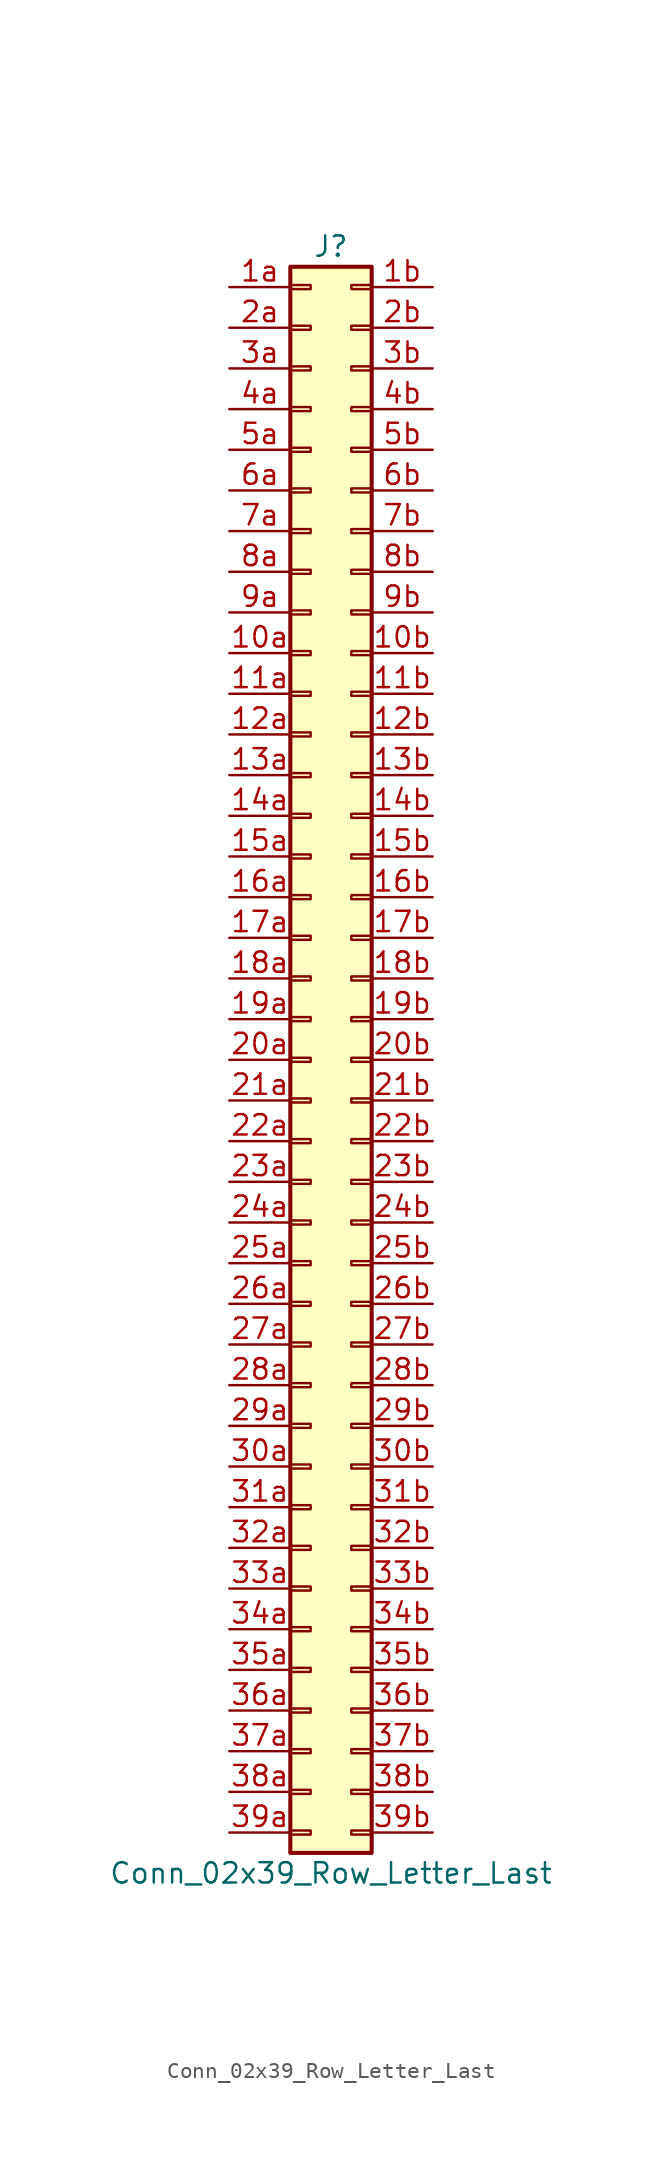
<source format=kicad_sym>
(kicad_symbol_lib
  (version 20220914)
  (generator kicad_symbol_editor)
  (symbol "Conn_02x39_Row_Letter_Last"
    (pin_names
      (offset 1.016) hide)
    (property "Reference" "J"
      (at 1.27 50.8 0)
      (effects (font (size 1.27 1.27))))
    (property "Value" "Conn_02x39_Row_Letter_Last"
      (at 1.27 -50.8 0)
      (effects (font (size 1.27 1.27))))
    (symbol "Conn_02x39_Row_Letter_Last_1_1"
      (rectangle (start -1.27 -48.133) (end 0 -48.387) (stroke (width 0.152) (type solid)) (fill (type none)))
      (rectangle (start -1.27 -45.593) (end 0 -45.847) (stroke (width 0.152) (type solid)) (fill (type none)))
      (rectangle (start -1.27 -43.053) (end 0 -43.307) (stroke (width 0.152) (type solid)) (fill (type none)))
      (rectangle (start -1.27 -40.513) (end 0 -40.767) (stroke (width 0.152) (type solid)) (fill (type none)))
      (rectangle (start -1.27 -37.973) (end 0 -38.227) (stroke (width 0.152) (type solid)) (fill (type none)))
      (rectangle (start -1.27 -35.433) (end 0 -35.687) (stroke (width 0.152) (type solid)) (fill (type none)))
      (rectangle (start -1.27 -32.893) (end 0 -33.147) (stroke (width 0.152) (type solid)) (fill (type none)))
      (rectangle (start -1.27 -30.353) (end 0 -30.607) (stroke (width 0.152) (type solid)) (fill (type none)))
      (rectangle (start -1.27 -27.813) (end 0 -28.067) (stroke (width 0.152) (type solid)) (fill (type none)))
      (rectangle (start -1.27 -25.273) (end 0 -25.527) (stroke (width 0.152) (type solid)) (fill (type none)))
      (rectangle (start -1.27 -22.733) (end 0 -22.987) (stroke (width 0.152) (type solid)) (fill (type none)))
      (rectangle (start -1.27 -20.193) (end 0 -20.447) (stroke (width 0.152) (type solid)) (fill (type none)))
      (rectangle (start -1.27 -17.653) (end 0 -17.907) (stroke (width 0.152) (type solid)) (fill (type none)))
      (rectangle (start -1.27 -15.113) (end 0 -15.367) (stroke (width 0.152) (type solid)) (fill (type none)))
      (rectangle (start -1.27 -12.573) (end 0 -12.827) (stroke (width 0.152) (type solid)) (fill (type none)))
      (rectangle (start -1.27 -10.033) (end 0 -10.287) (stroke (width 0.152) (type solid)) (fill (type none)))
      (rectangle (start -1.27 -7.493) (end 0 -7.747) (stroke (width 0.152) (type solid)) (fill (type none)))
      (rectangle (start -1.27 -4.953) (end 0 -5.207) (stroke (width 0.152) (type solid)) (fill (type none)))
      (rectangle (start -1.27 -2.413) (end 0 -2.667) (stroke (width 0.152) (type solid)) (fill (type none)))
      (rectangle (start -1.27 0.127) (end 0 -0.127) (stroke (width 0.152) (type solid)) (fill (type none)))
      (rectangle (start -1.27 2.667) (end 0 2.413) (stroke (width 0.152) (type solid)) (fill (type none)))
      (rectangle (start -1.27 5.207) (end 0 4.953) (stroke (width 0.152) (type solid)) (fill (type none)))
      (rectangle (start -1.27 7.747) (end 0 7.493) (stroke (width 0.152) (type solid)) (fill (type none)))
      (rectangle (start -1.27 10.287) (end 0 10.033) (stroke (width 0.152) (type solid)) (fill (type none)))
      (rectangle (start -1.27 12.827) (end 0 12.573) (stroke (width 0.152) (type solid)) (fill (type none)))
      (rectangle (start -1.27 15.367) (end 0 15.113) (stroke (width 0.152) (type solid)) (fill (type none)))
      (rectangle (start -1.27 17.907) (end 0 17.653) (stroke (width 0.152) (type solid)) (fill (type none)))
      (rectangle (start -1.27 20.447) (end 0 20.193) (stroke (width 0.152) (type solid)) (fill (type none)))
      (rectangle (start -1.27 22.987) (end 0 22.733) (stroke (width 0.152) (type solid)) (fill (type none)))
      (rectangle (start -1.27 25.527) (end 0 25.273) (stroke (width 0.152) (type solid)) (fill (type none)))
      (rectangle (start -1.27 28.067) (end 0 27.813) (stroke (width 0.152) (type solid)) (fill (type none)))
      (rectangle (start -1.27 30.607) (end 0 30.353) (stroke (width 0.152) (type solid)) (fill (type none)))
      (rectangle (start -1.27 33.147) (end 0 32.893) (stroke (width 0.152) (type solid)) (fill (type none)))
      (rectangle (start -1.27 35.687) (end 0 35.433) (stroke (width 0.152) (type solid)) (fill (type none)))
      (rectangle (start -1.27 38.227) (end 0 37.973) (stroke (width 0.152) (type solid)) (fill (type none)))
      (rectangle (start -1.27 40.767) (end 0 40.513) (stroke (width 0.152) (type solid)) (fill (type none)))
      (rectangle (start -1.27 43.307) (end 0 43.053) (stroke (width 0.152) (type solid)) (fill (type none)))
      (rectangle (start -1.27 45.847) (end 0 45.593) (stroke (width 0.152) (type solid)) (fill (type none)))
      (rectangle (start -1.27 48.387) (end 0 48.133) (stroke (width 0.152) (type solid)) (fill (type none)))
      (rectangle (start -1.27 49.53) (end 3.81 -49.53) (stroke (width 0.254) (type solid)) (fill (type background)))
      (rectangle (start 3.81 -48.133) (end 2.54 -48.387) (stroke (width 0.152) (type solid)) (fill (type none)))
      (rectangle (start 3.81 -45.593) (end 2.54 -45.847) (stroke (width 0.152) (type solid)) (fill (type none)))
      (rectangle (start 3.81 -43.053) (end 2.54 -43.307) (stroke (width 0.152) (type solid)) (fill (type none)))
      (rectangle (start 3.81 -40.513) (end 2.54 -40.767) (stroke (width 0.152) (type solid)) (fill (type none)))
      (rectangle (start 3.81 -37.973) (end 2.54 -38.227) (stroke (width 0.152) (type solid)) (fill (type none)))
      (rectangle (start 3.81 -35.433) (end 2.54 -35.687) (stroke (width 0.152) (type solid)) (fill (type none)))
      (rectangle (start 3.81 -32.893) (end 2.54 -33.147) (stroke (width 0.152) (type solid)) (fill (type none)))
      (rectangle (start 3.81 -30.353) (end 2.54 -30.607) (stroke (width 0.152) (type solid)) (fill (type none)))
      (rectangle (start 3.81 -27.813) (end 2.54 -28.067) (stroke (width 0.152) (type solid)) (fill (type none)))
      (rectangle (start 3.81 -25.273) (end 2.54 -25.527) (stroke (width 0.152) (type solid)) (fill (type none)))
      (rectangle (start 3.81 -22.733) (end 2.54 -22.987) (stroke (width 0.152) (type solid)) (fill (type none)))
      (rectangle (start 3.81 -20.193) (end 2.54 -20.447) (stroke (width 0.152) (type solid)) (fill (type none)))
      (rectangle (start 3.81 -17.653) (end 2.54 -17.907) (stroke (width 0.152) (type solid)) (fill (type none)))
      (rectangle (start 3.81 -15.113) (end 2.54 -15.367) (stroke (width 0.152) (type solid)) (fill (type none)))
      (rectangle (start 3.81 -12.573) (end 2.54 -12.827) (stroke (width 0.152) (type solid)) (fill (type none)))
      (rectangle (start 3.81 -10.033) (end 2.54 -10.287) (stroke (width 0.152) (type solid)) (fill (type none)))
      (rectangle (start 3.81 -7.493) (end 2.54 -7.747) (stroke (width 0.152) (type solid)) (fill (type none)))
      (rectangle (start 3.81 -4.953) (end 2.54 -5.207) (stroke (width 0.152) (type solid)) (fill (type none)))
      (rectangle (start 3.81 -2.413) (end 2.54 -2.667) (stroke (width 0.152) (type solid)) (fill (type none)))
      (rectangle (start 3.81 0.127) (end 2.54 -0.127) (stroke (width 0.152) (type solid)) (fill (type none)))
      (rectangle (start 3.81 2.667) (end 2.54 2.413) (stroke (width 0.152) (type solid)) (fill (type none)))
      (rectangle (start 3.81 5.207) (end 2.54 4.953) (stroke (width 0.152) (type solid)) (fill (type none)))
      (rectangle (start 3.81 7.747) (end 2.54 7.493) (stroke (width 0.152) (type solid)) (fill (type none)))
      (rectangle (start 3.81 10.287) (end 2.54 10.033) (stroke (width 0.152) (type solid)) (fill (type none)))
      (rectangle (start 3.81 12.827) (end 2.54 12.573) (stroke (width 0.152) (type solid)) (fill (type none)))
      (rectangle (start 3.81 15.367) (end 2.54 15.113) (stroke (width 0.152) (type solid)) (fill (type none)))
      (rectangle (start 3.81 17.907) (end 2.54 17.653) (stroke (width 0.152) (type solid)) (fill (type none)))
      (rectangle (start 3.81 20.447) (end 2.54 20.193) (stroke (width 0.152) (type solid)) (fill (type none)))
      (rectangle (start 3.81 22.987) (end 2.54 22.733) (stroke (width 0.152) (type solid)) (fill (type none)))
      (rectangle (start 3.81 25.527) (end 2.54 25.273) (stroke (width 0.152) (type solid)) (fill (type none)))
      (rectangle (start 3.81 28.067) (end 2.54 27.813) (stroke (width 0.152) (type solid)) (fill (type none)))
      (rectangle (start 3.81 30.607) (end 2.54 30.353) (stroke (width 0.152) (type solid)) (fill (type none)))
      (rectangle (start 3.81 33.147) (end 2.54 32.893) (stroke (width 0.152) (type solid)) (fill (type none)))
      (rectangle (start 3.81 35.687) (end 2.54 35.433) (stroke (width 0.152) (type solid)) (fill (type none)))
      (rectangle (start 3.81 38.227) (end 2.54 37.973) (stroke (width 0.152) (type solid)) (fill (type none)))
      (rectangle (start 3.81 40.767) (end 2.54 40.513) (stroke (width 0.152) (type solid)) (fill (type none)))
      (rectangle (start 3.81 43.307) (end 2.54 43.053) (stroke (width 0.152) (type solid)) (fill (type none)))
      (rectangle (start 3.81 45.847) (end 2.54 45.593) (stroke (width 0.152) (type solid)) (fill (type none)))
      (rectangle (start 3.81 48.387) (end 2.54 48.133) (stroke (width 0.152) (type solid)) (fill (type none)))
      (pin passive line (at -5.08 25.4 0) (length 3.81) (name "Pin_10a" (effects (font (size 1.27 1.27)))) (number "10a" (effects (font (size 1.27 1.27)))))
      (pin passive line (at 7.62 25.4 180) (length 3.81) (name "Pin_10b" (effects (font (size 1.27 1.27)))) (number "10b" (effects (font (size 1.27 1.27)))))
      (pin passive line (at -5.08 22.86 0) (length 3.81) (name "Pin_11a" (effects (font (size 1.27 1.27)))) (number "11a" (effects (font (size 1.27 1.27)))))
      (pin passive line (at 7.62 22.86 180) (length 3.81) (name "Pin_11b" (effects (font (size 1.27 1.27)))) (number "11b" (effects (font (size 1.27 1.27)))))
      (pin passive line (at -5.08 20.32 0) (length 3.81) (name "Pin_12a" (effects (font (size 1.27 1.27)))) (number "12a" (effects (font (size 1.27 1.27)))))
      (pin passive line (at 7.62 20.32 180) (length 3.81) (name "Pin_12b" (effects (font (size 1.27 1.27)))) (number "12b" (effects (font (size 1.27 1.27)))))
      (pin passive line (at -5.08 17.78 0) (length 3.81) (name "Pin_13a" (effects (font (size 1.27 1.27)))) (number "13a" (effects (font (size 1.27 1.27)))))
      (pin passive line (at 7.62 17.78 180) (length 3.81) (name "Pin_13b" (effects (font (size 1.27 1.27)))) (number "13b" (effects (font (size 1.27 1.27)))))
      (pin passive line (at -5.08 15.24 0) (length 3.81) (name "Pin_14a" (effects (font (size 1.27 1.27)))) (number "14a" (effects (font (size 1.27 1.27)))))
      (pin passive line (at 7.62 15.24 180) (length 3.81) (name "Pin_14b" (effects (font (size 1.27 1.27)))) (number "14b" (effects (font (size 1.27 1.27)))))
      (pin passive line (at -5.08 12.7 0) (length 3.81) (name "Pin_15a" (effects (font (size 1.27 1.27)))) (number "15a" (effects (font (size 1.27 1.27)))))
      (pin passive line (at 7.62 12.7 180) (length 3.81) (name "Pin_15b" (effects (font (size 1.27 1.27)))) (number "15b" (effects (font (size 1.27 1.27)))))
      (pin passive line (at -5.08 10.16 0) (length 3.81) (name "Pin_16a" (effects (font (size 1.27 1.27)))) (number "16a" (effects (font (size 1.27 1.27)))))
      (pin passive line (at 7.62 10.16 180) (length 3.81) (name "Pin_16b" (effects (font (size 1.27 1.27)))) (number "16b" (effects (font (size 1.27 1.27)))))
      (pin passive line (at -5.08 7.62 0) (length 3.81) (name "Pin_17a" (effects (font (size 1.27 1.27)))) (number "17a" (effects (font (size 1.27 1.27)))))
      (pin passive line (at 7.62 7.62 180) (length 3.81) (name "Pin_17b" (effects (font (size 1.27 1.27)))) (number "17b" (effects (font (size 1.27 1.27)))))
      (pin passive line (at -5.08 5.08 0) (length 3.81) (name "Pin_18a" (effects (font (size 1.27 1.27)))) (number "18a" (effects (font (size 1.27 1.27)))))
      (pin passive line (at 7.62 5.08 180) (length 3.81) (name "Pin_18b" (effects (font (size 1.27 1.27)))) (number "18b" (effects (font (size 1.27 1.27)))))
      (pin passive line (at -5.08 2.54 0) (length 3.81) (name "Pin_19a" (effects (font (size 1.27 1.27)))) (number "19a" (effects (font (size 1.27 1.27)))))
      (pin passive line (at 7.62 2.54 180) (length 3.81) (name "Pin_19b" (effects (font (size 1.27 1.27)))) (number "19b" (effects (font (size 1.27 1.27)))))
      (pin passive line (at -5.08 48.26 0) (length 3.81) (name "Pin_1a" (effects (font (size 1.27 1.27)))) (number "1a" (effects (font (size 1.27 1.27)))))
      (pin passive line (at 7.62 48.26 180) (length 3.81) (name "Pin_1b" (effects (font (size 1.27 1.27)))) (number "1b" (effects (font (size 1.27 1.27)))))
      (pin passive line (at -5.08 0 0) (length 3.81) (name "Pin_20a" (effects (font (size 1.27 1.27)))) (number "20a" (effects (font (size 1.27 1.27)))))
      (pin passive line (at 7.62 0 180) (length 3.81) (name "Pin_20b" (effects (font (size 1.27 1.27)))) (number "20b" (effects (font (size 1.27 1.27)))))
      (pin passive line (at -5.08 -2.54 0) (length 3.81) (name "Pin_21a" (effects (font (size 1.27 1.27)))) (number "21a" (effects (font (size 1.27 1.27)))))
      (pin passive line (at 7.62 -2.54 180) (length 3.81) (name "Pin_21b" (effects (font (size 1.27 1.27)))) (number "21b" (effects (font (size 1.27 1.27)))))
      (pin passive line (at -5.08 -5.08 0) (length 3.81) (name "Pin_22a" (effects (font (size 1.27 1.27)))) (number "22a" (effects (font (size 1.27 1.27)))))
      (pin passive line (at 7.62 -5.08 180) (length 3.81) (name "Pin_22b" (effects (font (size 1.27 1.27)))) (number "22b" (effects (font (size 1.27 1.27)))))
      (pin passive line (at -5.08 -7.62 0) (length 3.81) (name "Pin_23a" (effects (font (size 1.27 1.27)))) (number "23a" (effects (font (size 1.27 1.27)))))
      (pin passive line (at 7.62 -7.62 180) (length 3.81) (name "Pin_23b" (effects (font (size 1.27 1.27)))) (number "23b" (effects (font (size 1.27 1.27)))))
      (pin passive line (at -5.08 -10.16 0) (length 3.81) (name "Pin_24a" (effects (font (size 1.27 1.27)))) (number "24a" (effects (font (size 1.27 1.27)))))
      (pin passive line (at 7.62 -10.16 180) (length 3.81) (name "Pin_24b" (effects (font (size 1.27 1.27)))) (number "24b" (effects (font (size 1.27 1.27)))))
      (pin passive line (at -5.08 -12.7 0) (length 3.81) (name "Pin_25a" (effects (font (size 1.27 1.27)))) (number "25a" (effects (font (size 1.27 1.27)))))
      (pin passive line (at 7.62 -12.7 180) (length 3.81) (name "Pin_25b" (effects (font (size 1.27 1.27)))) (number "25b" (effects (font (size 1.27 1.27)))))
      (pin passive line (at -5.08 -15.24 0) (length 3.81) (name "Pin_26a" (effects (font (size 1.27 1.27)))) (number "26a" (effects (font (size 1.27 1.27)))))
      (pin passive line (at 7.62 -15.24 180) (length 3.81) (name "Pin_26b" (effects (font (size 1.27 1.27)))) (number "26b" (effects (font (size 1.27 1.27)))))
      (pin passive line (at -5.08 -17.78 0) (length 3.81) (name "Pin_27a" (effects (font (size 1.27 1.27)))) (number "27a" (effects (font (size 1.27 1.27)))))
      (pin passive line (at 7.62 -17.78 180) (length 3.81) (name "Pin_27b" (effects (font (size 1.27 1.27)))) (number "27b" (effects (font (size 1.27 1.27)))))
      (pin passive line (at -5.08 -20.32 0) (length 3.81) (name "Pin_28a" (effects (font (size 1.27 1.27)))) (number "28a" (effects (font (size 1.27 1.27)))))
      (pin passive line (at 7.62 -20.32 180) (length 3.81) (name "Pin_28b" (effects (font (size 1.27 1.27)))) (number "28b" (effects (font (size 1.27 1.27)))))
      (pin passive line (at -5.08 -22.86 0) (length 3.81) (name "Pin_29a" (effects (font (size 1.27 1.27)))) (number "29a" (effects (font (size 1.27 1.27)))))
      (pin passive line (at 7.62 -22.86 180) (length 3.81) (name "Pin_29b" (effects (font (size 1.27 1.27)))) (number "29b" (effects (font (size 1.27 1.27)))))
      (pin passive line (at -5.08 45.72 0) (length 3.81) (name "Pin_2a" (effects (font (size 1.27 1.27)))) (number "2a" (effects (font (size 1.27 1.27)))))
      (pin passive line (at 7.62 45.72 180) (length 3.81) (name "Pin_2b" (effects (font (size 1.27 1.27)))) (number "2b" (effects (font (size 1.27 1.27)))))
      (pin passive line (at -5.08 -25.4 0) (length 3.81) (name "Pin_30a" (effects (font (size 1.27 1.27)))) (number "30a" (effects (font (size 1.27 1.27)))))
      (pin passive line (at 7.62 -25.4 180) (length 3.81) (name "Pin_30b" (effects (font (size 1.27 1.27)))) (number "30b" (effects (font (size 1.27 1.27)))))
      (pin passive line (at -5.08 -27.94 0) (length 3.81) (name "Pin_31a" (effects (font (size 1.27 1.27)))) (number "31a" (effects (font (size 1.27 1.27)))))
      (pin passive line (at 7.62 -27.94 180) (length 3.81) (name "Pin_31b" (effects (font (size 1.27 1.27)))) (number "31b" (effects (font (size 1.27 1.27)))))
      (pin passive line (at -5.08 -30.48 0) (length 3.81) (name "Pin_32a" (effects (font (size 1.27 1.27)))) (number "32a" (effects (font (size 1.27 1.27)))))
      (pin passive line (at 7.62 -30.48 180) (length 3.81) (name "Pin_32b" (effects (font (size 1.27 1.27)))) (number "32b" (effects (font (size 1.27 1.27)))))
      (pin passive line (at -5.08 -33.02 0) (length 3.81) (name "Pin_33a" (effects (font (size 1.27 1.27)))) (number "33a" (effects (font (size 1.27 1.27)))))
      (pin passive line (at 7.62 -33.02 180) (length 3.81) (name "Pin_33b" (effects (font (size 1.27 1.27)))) (number "33b" (effects (font (size 1.27 1.27)))))
      (pin passive line (at -5.08 -35.56 0) (length 3.81) (name "Pin_34a" (effects (font (size 1.27 1.27)))) (number "34a" (effects (font (size 1.27 1.27)))))
      (pin passive line (at 7.62 -35.56 180) (length 3.81) (name "Pin_34b" (effects (font (size 1.27 1.27)))) (number "34b" (effects (font (size 1.27 1.27)))))
      (pin passive line (at -5.08 -38.1 0) (length 3.81) (name "Pin_35a" (effects (font (size 1.27 1.27)))) (number "35a" (effects (font (size 1.27 1.27)))))
      (pin passive line (at 7.62 -38.1 180) (length 3.81) (name "Pin_35b" (effects (font (size 1.27 1.27)))) (number "35b" (effects (font (size 1.27 1.27)))))
      (pin passive line (at -5.08 -40.64 0) (length 3.81) (name "Pin_36a" (effects (font (size 1.27 1.27)))) (number "36a" (effects (font (size 1.27 1.27)))))
      (pin passive line (at 7.62 -40.64 180) (length 3.81) (name "Pin_36b" (effects (font (size 1.27 1.27)))) (number "36b" (effects (font (size 1.27 1.27)))))
      (pin passive line (at -5.08 -43.18 0) (length 3.81) (name "Pin_37a" (effects (font (size 1.27 1.27)))) (number "37a" (effects (font (size 1.27 1.27)))))
      (pin passive line (at 7.62 -43.18 180) (length 3.81) (name "Pin_37b" (effects (font (size 1.27 1.27)))) (number "37b" (effects (font (size 1.27 1.27)))))
      (pin passive line (at -5.08 -45.72 0) (length 3.81) (name "Pin_38a" (effects (font (size 1.27 1.27)))) (number "38a" (effects (font (size 1.27 1.27)))))
      (pin passive line (at 7.62 -45.72 180) (length 3.81) (name "Pin_38b" (effects (font (size 1.27 1.27)))) (number "38b" (effects (font (size 1.27 1.27)))))
      (pin passive line (at -5.08 -48.26 0) (length 3.81) (name "Pin_39a" (effects (font (size 1.27 1.27)))) (number "39a" (effects (font (size 1.27 1.27)))))
      (pin passive line (at 7.62 -48.26 180) (length 3.81) (name "Pin_39b" (effects (font (size 1.27 1.27)))) (number "39b" (effects (font (size 1.27 1.27)))))
      (pin passive line (at -5.08 43.18 0) (length 3.81) (name "Pin_3a" (effects (font (size 1.27 1.27)))) (number "3a" (effects (font (size 1.27 1.27)))))
      (pin passive line (at 7.62 43.18 180) (length 3.81) (name "Pin_3b" (effects (font (size 1.27 1.27)))) (number "3b" (effects (font (size 1.27 1.27)))))
      (pin passive line (at -5.08 40.64 0) (length 3.81) (name "Pin_4a" (effects (font (size 1.27 1.27)))) (number "4a" (effects (font (size 1.27 1.27)))))
      (pin passive line (at 7.62 40.64 180) (length 3.81) (name "Pin_4b" (effects (font (size 1.27 1.27)))) (number "4b" (effects (font (size 1.27 1.27)))))
      (pin passive line (at -5.08 38.1 0) (length 3.81) (name "Pin_5a" (effects (font (size 1.27 1.27)))) (number "5a" (effects (font (size 1.27 1.27)))))
      (pin passive line (at 7.62 38.1 180) (length 3.81) (name "Pin_5b" (effects (font (size 1.27 1.27)))) (number "5b" (effects (font (size 1.27 1.27)))))
      (pin passive line (at -5.08 35.56 0) (length 3.81) (name "Pin_6a" (effects (font (size 1.27 1.27)))) (number "6a" (effects (font (size 1.27 1.27)))))
      (pin passive line (at 7.62 35.56 180) (length 3.81) (name "Pin_6b" (effects (font (size 1.27 1.27)))) (number "6b" (effects (font (size 1.27 1.27)))))
      (pin passive line (at -5.08 33.02 0) (length 3.81) (name "Pin_7a" (effects (font (size 1.27 1.27)))) (number "7a" (effects (font (size 1.27 1.27)))))
      (pin passive line (at 7.62 33.02 180) (length 3.81) (name "Pin_7b" (effects (font (size 1.27 1.27)))) (number "7b" (effects (font (size 1.27 1.27)))))
      (pin passive line (at -5.08 30.48 0) (length 3.81) (name "Pin_8a" (effects (font (size 1.27 1.27)))) (number "8a" (effects (font (size 1.27 1.27)))))
      (pin passive line (at 7.62 30.48 180) (length 3.81) (name "Pin_8b" (effects (font (size 1.27 1.27)))) (number "8b" (effects (font (size 1.27 1.27)))))
      (pin passive line (at -5.08 27.94 0) (length 3.81) (name "Pin_9a" (effects (font (size 1.27 1.27)))) (number "9a" (effects (font (size 1.27 1.27)))))
      (pin passive line (at 7.62 27.94 180) (length 3.81) (name "Pin_9b" (effects (font (size 1.27 1.27)))) (number "9b" (effects (font (size 1.27 1.27))))))))
</source>
